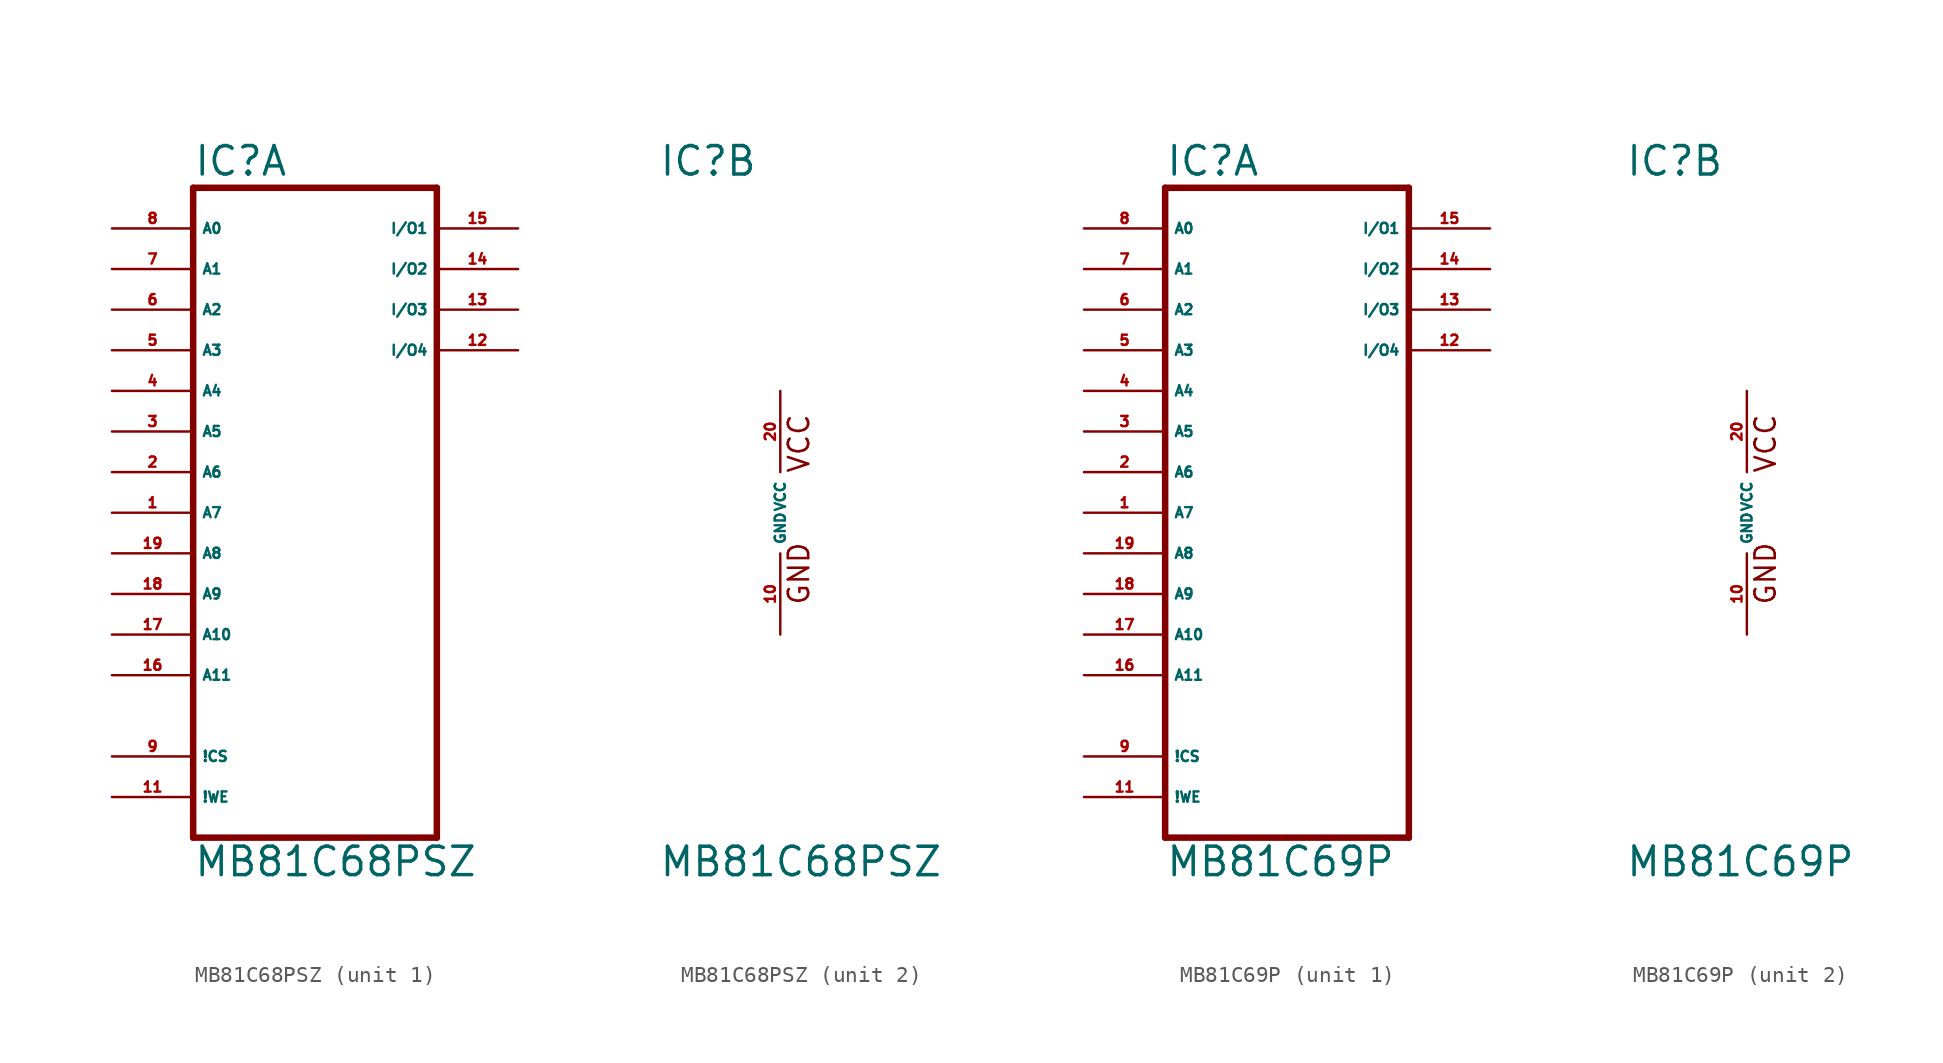
<source format=kicad_sym>
(kicad_symbol_lib
  (version 20220914)
  (generator Eagle2Kicad)
  (symbol "MB81C68PSZ"
    (property "Reference" "IC"
      (at -7.62 20.955 0)
      (effects (font (size 1.778 1.778) (thickness 0.22)) (justify left bottom)))
    (property "Value" "MB81C68PSZ"
      (at -7.62 -22.86 0)
      (effects (font (size 1.778 1.778) (thickness 0.22)) (justify left bottom)))
    (symbol "MB81C68PSZ_1_0"
      (polyline (pts (xy -7.62 -20.32) (xy -7.62 20.32)) (stroke (width 0.406) (type default)) (fill (type none)))
      (polyline (pts (xy -7.62 20.32) (xy 7.62 20.32)) (stroke (width 0.406) (type default)) (fill (type none)))
      (polyline (pts (xy 7.62 20.32) (xy 7.62 -20.32)) (stroke (width 0.406) (type default)) (fill (type none)))
      (polyline (pts (xy 7.62 -20.32) (xy -7.62 -20.32)) (stroke (width 0.406) (type default)) (fill (type none)))
      (pin input line (at -12.7 17.78 0) (length 5.08) (name "A0" (effects (font (size 0.635 0.635) (thickness 0.08)) (justify left bottom))) (number "8" (effects (font (size 0.635 0.635) (thickness 0.08)) (justify left bottom))))
      (pin input line (at -12.7 15.24 0) (length 5.08) (name "A1" (effects (font (size 0.635 0.635) (thickness 0.08)) (justify left bottom))) (number "7" (effects (font (size 0.635 0.635) (thickness 0.08)) (justify left bottom))))
      (pin input line (at -12.7 12.7 0) (length 5.08) (name "A2" (effects (font (size 0.635 0.635) (thickness 0.08)) (justify left bottom))) (number "6" (effects (font (size 0.635 0.635) (thickness 0.08)) (justify left bottom))))
      (pin input line (at -12.7 10.16 0) (length 5.08) (name "A3" (effects (font (size 0.635 0.635) (thickness 0.08)) (justify left bottom))) (number "5" (effects (font (size 0.635 0.635) (thickness 0.08)) (justify left bottom))))
      (pin input line (at -12.7 7.62 0) (length 5.08) (name "A4" (effects (font (size 0.635 0.635) (thickness 0.08)) (justify left bottom))) (number "4" (effects (font (size 0.635 0.635) (thickness 0.08)) (justify left bottom))))
      (pin input line (at -12.7 2.54 0) (length 5.08) (name "A6" (effects (font (size 0.635 0.635) (thickness 0.08)) (justify left bottom))) (number "2" (effects (font (size 0.635 0.635) (thickness 0.08)) (justify left bottom))))
      (pin input line (at -12.7 5.08 0) (length 5.08) (name "A5" (effects (font (size 0.635 0.635) (thickness 0.08)) (justify left bottom))) (number "3" (effects (font (size 0.635 0.635) (thickness 0.08)) (justify left bottom))))
      (pin input line (at -12.7 0 0) (length 5.08) (name "A7" (effects (font (size 0.635 0.635) (thickness 0.08)) (justify left bottom))) (number "1" (effects (font (size 0.635 0.635) (thickness 0.08)) (justify left bottom))))
      (pin input line (at -12.7 -2.54 0) (length 5.08) (name "A8" (effects (font (size 0.635 0.635) (thickness 0.08)) (justify left bottom))) (number "19" (effects (font (size 0.635 0.635) (thickness 0.08)) (justify left bottom))))
      (pin input line (at -12.7 -5.08 0) (length 5.08) (name "A9" (effects (font (size 0.635 0.635) (thickness 0.08)) (justify left bottom))) (number "18" (effects (font (size 0.635 0.635) (thickness 0.08)) (justify left bottom))))
      (pin input line (at -12.7 -7.62 0) (length 5.08) (name "A10" (effects (font (size 0.635 0.635) (thickness 0.08)) (justify left bottom))) (number "17" (effects (font (size 0.635 0.635) (thickness 0.08)) (justify left bottom))))
      (pin input line (at -12.7 -10.16 0) (length 5.08) (name "A11" (effects (font (size 0.635 0.635) (thickness 0.08)) (justify left bottom))) (number "16" (effects (font (size 0.635 0.635) (thickness 0.08)) (justify left bottom))))
      (pin bidirectional line (at 12.7 17.78 180) (length 5.08) (name "I/O1" (effects (font (size 0.635 0.635) (thickness 0.08)) (justify left bottom))) (number "15" (effects (font (size 0.635 0.635) (thickness 0.08)) (justify left bottom))))
      (pin bidirectional line (at 12.7 15.24 180) (length 5.08) (name "I/O2" (effects (font (size 0.635 0.635) (thickness 0.08)) (justify left bottom))) (number "14" (effects (font (size 0.635 0.635) (thickness 0.08)) (justify left bottom))))
      (pin bidirectional line (at 12.7 12.7 180) (length 5.08) (name "I/O3" (effects (font (size 0.635 0.635) (thickness 0.08)) (justify left bottom))) (number "13" (effects (font (size 0.635 0.635) (thickness 0.08)) (justify left bottom))))
      (pin bidirectional line (at 12.7 10.16 180) (length 5.08) (name "I/O4" (effects (font (size 0.635 0.635) (thickness 0.08)) (justify left bottom))) (number "12" (effects (font (size 0.635 0.635) (thickness 0.08)) (justify left bottom))))
      (pin input line (at -12.7 -15.24 0) (length 5.08) (name "!CS" (effects (font (size 0.635 0.635) (thickness 0.08)) (justify left bottom))) (number "9" (effects (font (size 0.635 0.635) (thickness 0.08)) (justify left bottom))))
      (pin input line (at -12.7 -17.78 0) (length 5.08) (name "!WE" (effects (font (size 0.635 0.635) (thickness 0.08)) (justify left bottom))) (number "11" (effects (font (size 0.635 0.635) (thickness 0.08)) (justify left bottom)))))
    (symbol "MB81C68PSZ_2_0"
      (text "VCC" (at 1.905 2.413 900) (effects (font (size 1.27 1.27) (thickness 0.16)) (justify left bottom)))
      (text "GND" (at 1.905 -5.842 900) (effects (font (size 1.27 1.27) (thickness 0.16)) (justify left bottom)))
      (pin unspecified line (at 0 -7.62 90) (length 5.08) (name "GND" (effects (font (size 0.635 0.635) (thickness 0.08)) (justify left bottom))) (number "10" (effects (font (size 0.635 0.635) (thickness 0.08)) (justify left bottom))))
      (pin unspecified line (at 0 7.62 270) (length 5.08) (name "VCC" (effects (font (size 0.635 0.635) (thickness 0.08)) (justify left bottom))) (number "20" (effects (font (size 0.635 0.635) (thickness 0.08)) (justify left bottom))))))
  (symbol "MB81C69P"
    (property "Reference" "IC"
      (at -7.62 20.955 0)
      (effects (font (size 1.778 1.778) (thickness 0.22)) (justify left bottom)))
    (property "Value" "MB81C69P"
      (at -7.62 -22.86 0)
      (effects (font (size 1.778 1.778) (thickness 0.22)) (justify left bottom)))
    (symbol "MB81C69P_1_0"
      (polyline (pts (xy -7.62 -20.32) (xy -7.62 20.32)) (stroke (width 0.406) (type default)) (fill (type none)))
      (polyline (pts (xy -7.62 20.32) (xy 7.62 20.32)) (stroke (width 0.406) (type default)) (fill (type none)))
      (polyline (pts (xy 7.62 20.32) (xy 7.62 -20.32)) (stroke (width 0.406) (type default)) (fill (type none)))
      (polyline (pts (xy 7.62 -20.32) (xy -7.62 -20.32)) (stroke (width 0.406) (type default)) (fill (type none)))
      (pin input line (at -12.7 17.78 0) (length 5.08) (name "A0" (effects (font (size 0.635 0.635) (thickness 0.08)) (justify left bottom))) (number "8" (effects (font (size 0.635 0.635) (thickness 0.08)) (justify left bottom))))
      (pin input line (at -12.7 15.24 0) (length 5.08) (name "A1" (effects (font (size 0.635 0.635) (thickness 0.08)) (justify left bottom))) (number "7" (effects (font (size 0.635 0.635) (thickness 0.08)) (justify left bottom))))
      (pin input line (at -12.7 12.7 0) (length 5.08) (name "A2" (effects (font (size 0.635 0.635) (thickness 0.08)) (justify left bottom))) (number "6" (effects (font (size 0.635 0.635) (thickness 0.08)) (justify left bottom))))
      (pin input line (at -12.7 10.16 0) (length 5.08) (name "A3" (effects (font (size 0.635 0.635) (thickness 0.08)) (justify left bottom))) (number "5" (effects (font (size 0.635 0.635) (thickness 0.08)) (justify left bottom))))
      (pin input line (at -12.7 7.62 0) (length 5.08) (name "A4" (effects (font (size 0.635 0.635) (thickness 0.08)) (justify left bottom))) (number "4" (effects (font (size 0.635 0.635) (thickness 0.08)) (justify left bottom))))
      (pin input line (at -12.7 2.54 0) (length 5.08) (name "A6" (effects (font (size 0.635 0.635) (thickness 0.08)) (justify left bottom))) (number "2" (effects (font (size 0.635 0.635) (thickness 0.08)) (justify left bottom))))
      (pin input line (at -12.7 5.08 0) (length 5.08) (name "A5" (effects (font (size 0.635 0.635) (thickness 0.08)) (justify left bottom))) (number "3" (effects (font (size 0.635 0.635) (thickness 0.08)) (justify left bottom))))
      (pin input line (at -12.7 0 0) (length 5.08) (name "A7" (effects (font (size 0.635 0.635) (thickness 0.08)) (justify left bottom))) (number "1" (effects (font (size 0.635 0.635) (thickness 0.08)) (justify left bottom))))
      (pin input line (at -12.7 -2.54 0) (length 5.08) (name "A8" (effects (font (size 0.635 0.635) (thickness 0.08)) (justify left bottom))) (number "19" (effects (font (size 0.635 0.635) (thickness 0.08)) (justify left bottom))))
      (pin input line (at -12.7 -5.08 0) (length 5.08) (name "A9" (effects (font (size 0.635 0.635) (thickness 0.08)) (justify left bottom))) (number "18" (effects (font (size 0.635 0.635) (thickness 0.08)) (justify left bottom))))
      (pin input line (at -12.7 -7.62 0) (length 5.08) (name "A10" (effects (font (size 0.635 0.635) (thickness 0.08)) (justify left bottom))) (number "17" (effects (font (size 0.635 0.635) (thickness 0.08)) (justify left bottom))))
      (pin input line (at -12.7 -10.16 0) (length 5.08) (name "A11" (effects (font (size 0.635 0.635) (thickness 0.08)) (justify left bottom))) (number "16" (effects (font (size 0.635 0.635) (thickness 0.08)) (justify left bottom))))
      (pin bidirectional line (at 12.7 17.78 180) (length 5.08) (name "I/O1" (effects (font (size 0.635 0.635) (thickness 0.08)) (justify left bottom))) (number "15" (effects (font (size 0.635 0.635) (thickness 0.08)) (justify left bottom))))
      (pin bidirectional line (at 12.7 15.24 180) (length 5.08) (name "I/O2" (effects (font (size 0.635 0.635) (thickness 0.08)) (justify left bottom))) (number "14" (effects (font (size 0.635 0.635) (thickness 0.08)) (justify left bottom))))
      (pin bidirectional line (at 12.7 12.7 180) (length 5.08) (name "I/O3" (effects (font (size 0.635 0.635) (thickness 0.08)) (justify left bottom))) (number "13" (effects (font (size 0.635 0.635) (thickness 0.08)) (justify left bottom))))
      (pin bidirectional line (at 12.7 10.16 180) (length 5.08) (name "I/O4" (effects (font (size 0.635 0.635) (thickness 0.08)) (justify left bottom))) (number "12" (effects (font (size 0.635 0.635) (thickness 0.08)) (justify left bottom))))
      (pin input line (at -12.7 -15.24 0) (length 5.08) (name "!CS" (effects (font (size 0.635 0.635) (thickness 0.08)) (justify left bottom))) (number "9" (effects (font (size 0.635 0.635) (thickness 0.08)) (justify left bottom))))
      (pin input line (at -12.7 -17.78 0) (length 5.08) (name "!WE" (effects (font (size 0.635 0.635) (thickness 0.08)) (justify left bottom))) (number "11" (effects (font (size 0.635 0.635) (thickness 0.08)) (justify left bottom)))))
    (symbol "MB81C69P_2_0"
      (text "VCC" (at 1.905 2.413 900) (effects (font (size 1.27 1.27) (thickness 0.16)) (justify left bottom)))
      (text "GND" (at 1.905 -5.842 900) (effects (font (size 1.27 1.27) (thickness 0.16)) (justify left bottom)))
      (pin unspecified line (at 0 -7.62 90) (length 5.08) (name "GND" (effects (font (size 0.635 0.635) (thickness 0.08)) (justify left bottom))) (number "10" (effects (font (size 0.635 0.635) (thickness 0.08)) (justify left bottom))))
      (pin unspecified line (at 0 7.62 270) (length 5.08) (name "VCC" (effects (font (size 0.635 0.635) (thickness 0.08)) (justify left bottom))) (number "20" (effects (font (size 0.635 0.635) (thickness 0.08)) (justify left bottom)))))))
</source>
